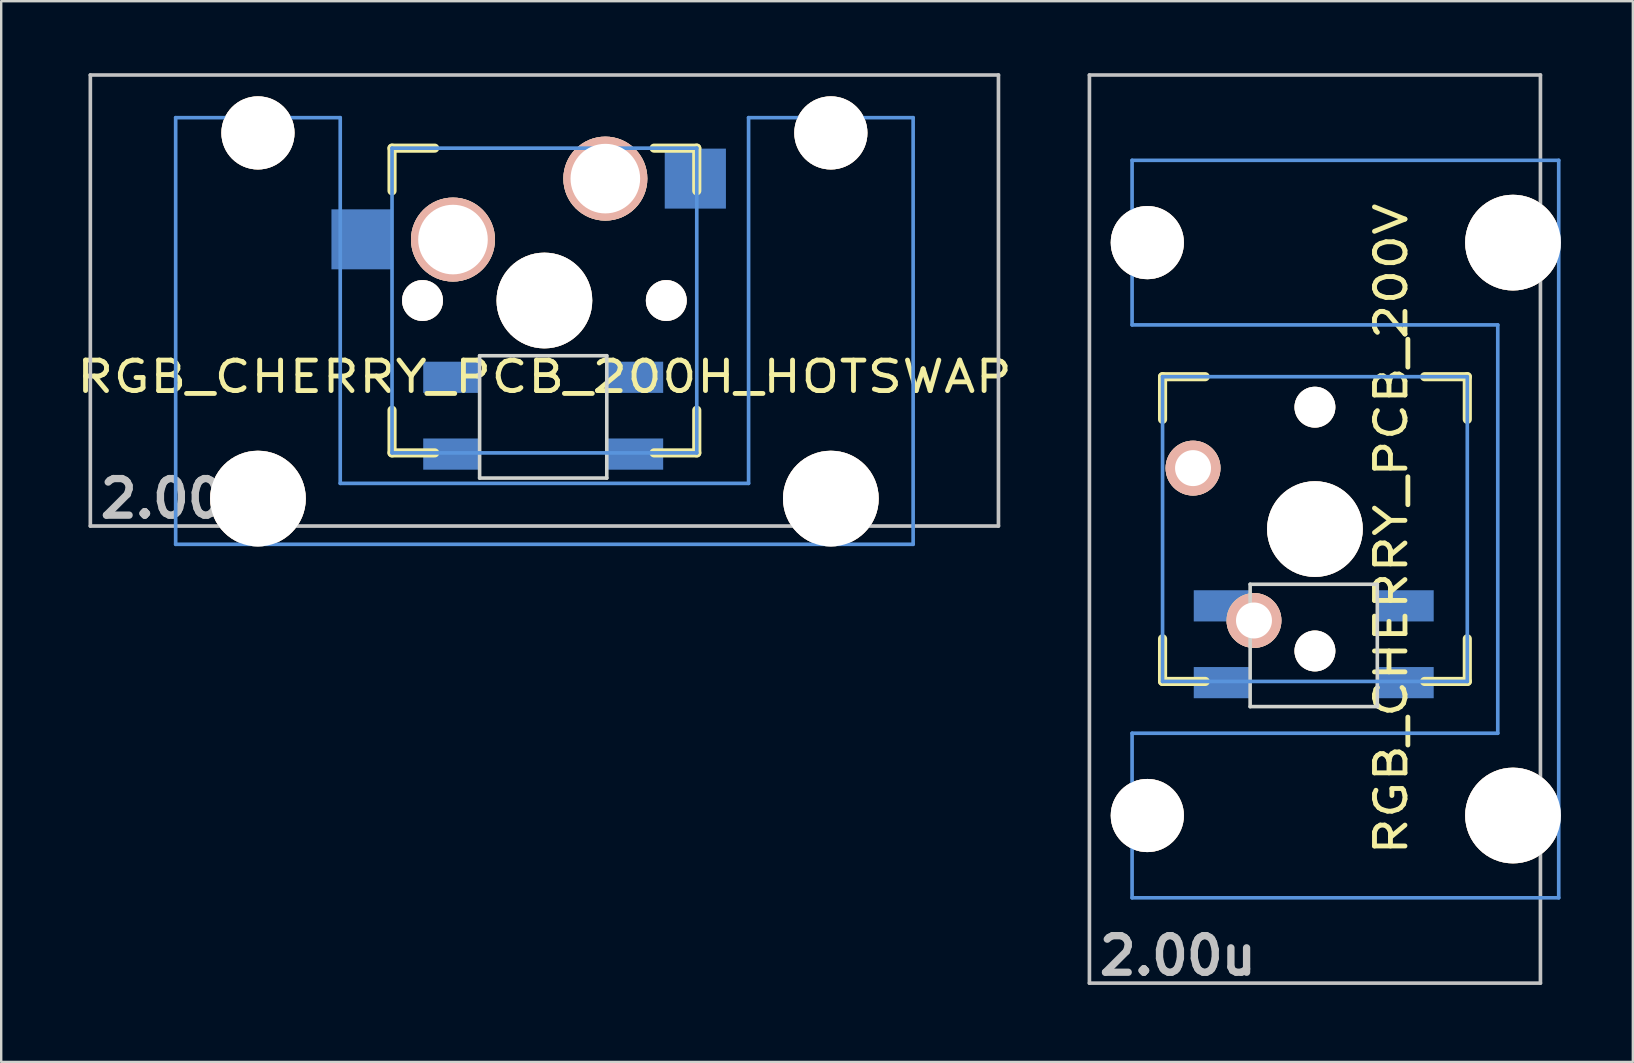
<source format=kicad_pcb>
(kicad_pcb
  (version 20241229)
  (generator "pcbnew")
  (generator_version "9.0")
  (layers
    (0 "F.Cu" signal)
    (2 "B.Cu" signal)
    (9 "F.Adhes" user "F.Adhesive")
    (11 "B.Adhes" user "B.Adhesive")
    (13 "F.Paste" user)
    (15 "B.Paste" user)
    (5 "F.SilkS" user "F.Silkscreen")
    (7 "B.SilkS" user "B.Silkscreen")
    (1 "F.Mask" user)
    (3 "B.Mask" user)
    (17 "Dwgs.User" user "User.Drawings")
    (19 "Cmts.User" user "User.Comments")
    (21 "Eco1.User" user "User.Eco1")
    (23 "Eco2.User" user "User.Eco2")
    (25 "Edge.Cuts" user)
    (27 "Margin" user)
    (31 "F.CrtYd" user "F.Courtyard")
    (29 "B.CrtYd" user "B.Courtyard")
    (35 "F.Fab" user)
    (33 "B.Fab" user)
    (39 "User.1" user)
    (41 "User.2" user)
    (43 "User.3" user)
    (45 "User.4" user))
  (footprint "RGB_CHERRY_PCB_200V"
    (layer "F.Cu")
    (at 51.75 18.999)
    (property "Reference" "RGB_CHERRY_PCB_200V" (at 3.175 0 90) (layer "F.SilkS") (effects (font (size 1.27 1.524) (thickness 0.203))))
    (attr through_hole)
    (fp_line (start -6.35 -6.35) (end -4.572 -6.35) (stroke (width 0.381) (type solid)) (layer "F.SilkS"))
    (fp_line (start -6.35 -4.572) (end -6.35 -6.35) (stroke (width 0.381) (type solid)) (layer "F.SilkS"))
    (fp_line (start -6.35 6.35) (end -6.35 4.572) (stroke (width 0.381) (type solid)) (layer "F.SilkS"))
    (fp_line (start -4.572 6.35) (end -6.35 6.35) (stroke (width 0.381) (type solid)) (layer "F.SilkS"))
    (fp_line (start 4.572 -6.35) (end 6.35 -6.35) (stroke (width 0.381) (type solid)) (layer "F.SilkS"))
    (fp_line (start 6.35 -6.35) (end 6.35 -4.572) (stroke (width 0.381) (type solid)) (layer "F.SilkS"))
    (fp_line (start 6.35 4.572) (end 6.35 6.35) (stroke (width 0.381) (type solid)) (layer "F.SilkS"))
    (fp_line (start 6.35 6.35) (end 4.572 6.35) (stroke (width 0.381) (type solid)) (layer "F.SilkS"))
    (fp_line (start -9.398 -18.923) (end 9.398 -18.923) (stroke (width 0.152) (type solid)) (layer "Dwgs.User"))
    (fp_line (start -9.398 18.923) (end -9.398 -18.923) (stroke (width 0.152) (type solid)) (layer "Dwgs.User"))
    (fp_line (start 9.398 -18.923) (end 9.398 18.923) (stroke (width 0.152) (type solid)) (layer "Dwgs.User"))
    (fp_line (start 9.398 18.923) (end -9.398 18.923) (stroke (width 0.152) (type solid)) (layer "Dwgs.User"))
    (fp_line (start -7.62 -15.367) (end -7.62 -8.509) (stroke (width 0.152) (type solid)) (layer "Cmts.User"))
    (fp_line (start -7.62 -8.509) (end 7.62 -8.509) (stroke (width 0.152) (type solid)) (layer "Cmts.User"))
    (fp_line (start -7.62 8.509) (end -7.62 15.367) (stroke (width 0.152) (type solid)) (layer "Cmts.User"))
    (fp_line (start -7.62 15.367) (end 10.16 15.367) (stroke (width 0.152) (type solid)) (layer "Cmts.User"))
    (fp_line (start -6.35 -6.35) (end 6.35 -6.35) (stroke (width 0.152) (type solid)) (layer "Cmts.User"))
    (fp_line (start -6.35 6.35) (end -6.35 -6.35) (stroke (width 0.152) (type solid)) (layer "Cmts.User"))
    (fp_line (start 6.35 -6.35) (end 6.35 6.35) (stroke (width 0.152) (type solid)) (layer "Cmts.User"))
    (fp_line (start 6.35 6.35) (end -6.35 6.35) (stroke (width 0.152) (type solid)) (layer "Cmts.User"))
    (fp_line (start 7.62 -8.509) (end 7.62 8.509) (stroke (width 0.152) (type solid)) (layer "Cmts.User"))
    (fp_line (start 7.62 8.509) (end -7.62 8.509) (stroke (width 0.152) (type solid)) (layer "Cmts.User"))
    (fp_line (start 10.16 -15.367) (end -7.62 -15.367) (stroke (width 0.152) (type solid)) (layer "Cmts.User"))
    (fp_line (start 10.16 15.367) (end 10.16 -15.367) (stroke (width 0.152) (type solid)) (layer "Cmts.User"))
    (fp_line (start -6.985 -6.985) (end -4.877 -6.985) (stroke (width 0.152) (type solid)) (layer "Eco2.User"))
    (fp_line (start -6.985 6.985) (end -6.985 -6.985) (stroke (width 0.152) (type solid)) (layer "Eco2.User"))
    (fp_line (start -5.69 -15.265) (end -2.286 -15.265) (stroke (width 0.152) (type solid)) (layer "Eco2.User"))
    (fp_line (start -5.69 -8.611) (end -5.69 -15.265) (stroke (width 0.152) (type solid)) (layer "Eco2.User"))
    (fp_line (start -5.69 8.611) (end -4.877 8.611) (stroke (width 0.152) (type solid)) (layer "Eco2.User"))
    (fp_line (start -5.69 15.265) (end -5.69 8.611) (stroke (width 0.152) (type solid)) (layer "Eco2.User"))
    (fp_line (start -4.877 -8.611) (end -5.69 -8.611) (stroke (width 0.152) (type solid)) (layer "Eco2.User"))
    (fp_line (start -4.877 -6.985) (end -4.877 -8.611) (stroke (width 0.152) (type solid)) (layer "Eco2.User"))
    (fp_line (start -4.877 6.985) (end -6.985 6.985) (stroke (width 0.152) (type solid)) (layer "Eco2.User"))
    (fp_line (start -4.877 8.611) (end -4.877 6.985) (stroke (width 0.152) (type solid)) (layer "Eco2.User"))
    (fp_line (start -2.286 -16.129) (end 0.508 -16.129) (stroke (width 0.152) (type solid)) (layer "Eco2.User"))
    (fp_line (start -2.286 -15.265) (end -2.286 -16.129) (stroke (width 0.152) (type solid)) (layer "Eco2.User"))
    (fp_line (start -2.286 15.265) (end -5.69 15.265) (stroke (width 0.152) (type solid)) (layer "Eco2.User"))
    (fp_line (start -2.286 16.129) (end -2.286 15.265) (stroke (width 0.152) (type solid)) (layer "Eco2.User"))
    (fp_line (start 0.508 -16.129) (end 0.508 -15.265) (stroke (width 0.152) (type solid)) (layer "Eco2.User"))
    (fp_line (start 0.508 -15.265) (end 6.604 -15.265) (stroke (width 0.152) (type solid)) (layer "Eco2.User"))
    (fp_line (start 0.508 15.265) (end 0.508 16.129) (stroke (width 0.152) (type solid)) (layer "Eco2.User"))
    (fp_line (start 0.508 16.129) (end -2.286 16.129) (stroke (width 0.152) (type solid)) (layer "Eco2.User"))
    (fp_line (start 5.817 -8.611) (end 5.817 -6.985) (stroke (width 0.152) (type solid)) (layer "Eco2.User"))
    (fp_line (start 5.817 -6.985) (end 6.985 -6.985) (stroke (width 0.152) (type solid)) (layer "Eco2.User"))
    (fp_line (start 5.817 6.985) (end 5.817 8.611) (stroke (width 0.152) (type solid)) (layer "Eco2.User"))
    (fp_line (start 5.817 8.611) (end 6.604 8.611) (stroke (width 0.152) (type solid)) (layer "Eco2.User"))
    (fp_line (start 6.604 -15.265) (end 6.604 -14.224) (stroke (width 0.152) (type solid)) (layer "Eco2.User"))
    (fp_line (start 6.604 -14.224) (end 7.772 -14.224) (stroke (width 0.152) (type solid)) (layer "Eco2.User"))
    (fp_line (start 6.604 -9.652) (end 6.604 -8.611) (stroke (width 0.152) (type solid)) (layer "Eco2.User"))
    (fp_line (start 6.604 -8.611) (end 5.817 -8.611) (stroke (width 0.152) (type solid)) (layer "Eco2.User"))
    (fp_line (start 6.604 8.611) (end 6.604 9.652) (stroke (width 0.152) (type solid)) (layer "Eco2.User"))
    (fp_line (start 6.604 9.652) (end 7.772 9.652) (stroke (width 0.152) (type solid)) (layer "Eco2.User"))
    (fp_line (start 6.604 14.224) (end 6.604 15.265) (stroke (width 0.152) (type solid)) (layer "Eco2.User"))
    (fp_line (start 6.604 15.265) (end 0.508 15.265) (stroke (width 0.152) (type solid)) (layer "Eco2.User"))
    (fp_line (start 6.985 -6.985) (end 6.985 6.985) (stroke (width 0.152) (type solid)) (layer "Eco2.User"))
    (fp_line (start 6.985 6.985) (end 5.817 6.985) (stroke (width 0.152) (type solid)) (layer "Eco2.User"))
    (fp_line (start 7.772 -14.224) (end 7.772 -9.652) (stroke (width 0.152) (type solid)) (layer "Eco2.User"))
    (fp_line (start 7.772 -9.652) (end 6.604 -9.652) (stroke (width 0.152) (type solid)) (layer "Eco2.User"))
    (fp_line (start 7.772 9.652) (end 7.772 14.224) (stroke (width 0.152) (type solid)) (layer "Eco2.User"))
    (fp_line (start 7.772 14.224) (end 6.604 14.224) (stroke (width 0.152) (type solid)) (layer "Eco2.User"))
    (fp_line (start -2.7 2.3) (end -2.7 7.4) (stroke (width 0.15) (type solid)) (layer "Edge.Cuts"))
    (fp_line (start -2.7 2.3) (end 2.6 2.3) (stroke (width 0.15) (type solid)) (layer "Edge.Cuts"))
    (fp_line (start 2.6 2.3) (end 2.6 7.4) (stroke (width 0.15) (type solid)) (layer "Edge.Cuts"))
    (fp_line (start 2.6 7.4) (end -2.7 7.4) (stroke (width 0.15) (type solid)) (layer "Edge.Cuts"))
    (fp_text user "2.00u" (at -5.715 17.78 0) (layer "Dwgs.User") (effects (font (size 1.524 1.524) (thickness 0.305))))
    (pad "" np_thru_hole circle (at -6.985 -11.938 90) (size 3.048 3.048) (drill 3.048) (layers "*.Cu" "*.SilkS" "*.Mask"))
    (pad "" np_thru_hole circle (at -6.985 11.938 90) (size 3.048 3.048) (drill 3.048) (layers "*.Cu" "*.SilkS" "*.Mask"))
    (pad "" np_thru_hole circle (at 0 -5.08 90) (size 1.702 1.702) (drill 1.702) (layers "*.Cu" "*.SilkS" "*.Mask"))
    (pad "" np_thru_hole circle (at 0 0 90) (size 3.988 3.988) (drill 3.988) (layers "*.Cu" "*.SilkS" "*.Mask"))
    (pad "" np_thru_hole circle (at 0 5.08 90) (size 1.702 1.702) (drill 1.702) (layers "*.Cu" "*.SilkS" "*.Mask"))
    (pad "" np_thru_hole circle (at 8.255 -11.938 90) (size 3.988 3.988) (drill 3.988) (layers "*.Cu" "*.SilkS" "*.Mask"))
    (pad "" np_thru_hole circle (at 8.255 11.938 90) (size 3.988 3.988) (drill 3.988) (layers "*.Cu" "*.SilkS" "*.Mask"))
    (pad "1" thru_hole circle (at -5.08 -2.54 90) (size 2.286 2.286) (drill 1.499) (layers "*.Cu" "*.SilkS" "*.Mask"))
    (pad "2" thru_hole circle (at -2.54 3.81 90) (size 2.286 2.286) (drill 1.499) (layers "*.Cu" "*.SilkS" "*.Mask"))
    (pad "3" smd rect (at -2.8 3.2) (size 2.3 1.3) (drill (offset -1.1 0)) (layers "B.Cu" "B.Mask" "B.Paste"))
    (pad "4" smd rect (at -2.8 6.4) (size 2.3 1.3) (drill (offset -1.1 0)) (layers "B.Cu" "B.Mask" "B.Paste"))
    (pad "5" smd rect (at 2.7 6.4) (size 2.3 1.3) (drill (offset 1.1 0)) (layers "B.Cu" "B.Mask" "B.Paste"))
    (pad "6" smd rect (at 2.7 3.2) (size 2.3 1.3) (drill (offset 1.1 0)) (layers "B.Cu" "B.Mask" "B.Paste")))
  (footprint "RGB_CHERRY_PCB_200H_HOTSWAP"
    (layer "F.Cu")
    (at 19.638 9.474)
    (property "Reference" "RGB_CHERRY_PCB_200H_HOTSWAP" (at 0 3.175 0) (layer "F.SilkS") (effects (font (size 1.27 1.524) (thickness 0.203))))
    (attr through_hole)
    (fp_line (start -6.35 -6.35) (end -4.572 -6.35) (stroke (width 0.381) (type solid)) (layer "F.SilkS"))
    (fp_line (start -6.35 -4.572) (end -6.35 -6.35) (stroke (width 0.381) (type solid)) (layer "F.SilkS"))
    (fp_line (start -6.35 6.35) (end -6.35 4.572) (stroke (width 0.381) (type solid)) (layer "F.SilkS"))
    (fp_line (start -4.572 6.35) (end -6.35 6.35) (stroke (width 0.381) (type solid)) (layer "F.SilkS"))
    (fp_line (start 4.572 -6.35) (end 6.35 -6.35) (stroke (width 0.381) (type solid)) (layer "F.SilkS"))
    (fp_line (start 6.35 -6.35) (end 6.35 -4.572) (stroke (width 0.381) (type solid)) (layer "F.SilkS"))
    (fp_line (start 6.35 4.572) (end 6.35 6.35) (stroke (width 0.381) (type solid)) (layer "F.SilkS"))
    (fp_line (start 6.35 6.35) (end 4.572 6.35) (stroke (width 0.381) (type solid)) (layer "F.SilkS"))
    (fp_line (start -18.923 -9.398) (end 18.923 -9.398) (stroke (width 0.152) (type solid)) (layer "Dwgs.User"))
    (fp_line (start -18.923 9.398) (end -18.923 -9.398) (stroke (width 0.152) (type solid)) (layer "Dwgs.User"))
    (fp_line (start 18.923 -9.398) (end 18.923 9.398) (stroke (width 0.152) (type solid)) (layer "Dwgs.User"))
    (fp_line (start 18.923 9.398) (end -18.923 9.398) (stroke (width 0.152) (type solid)) (layer "Dwgs.User"))
    (fp_line (start -15.367 -7.62) (end -15.367 10.16) (stroke (width 0.152) (type solid)) (layer "Cmts.User"))
    (fp_line (start -15.367 10.16) (end 15.367 10.16) (stroke (width 0.152) (type solid)) (layer "Cmts.User"))
    (fp_line (start -8.509 -7.62) (end -15.367 -7.62) (stroke (width 0.152) (type solid)) (layer "Cmts.User"))
    (fp_line (start -8.509 7.62) (end -8.509 -7.62) (stroke (width 0.152) (type solid)) (layer "Cmts.User"))
    (fp_line (start -6.35 -6.35) (end 6.35 -6.35) (stroke (width 0.152) (type solid)) (layer "Cmts.User"))
    (fp_line (start -6.35 6.35) (end -6.35 -6.35) (stroke (width 0.152) (type solid)) (layer "Cmts.User"))
    (fp_line (start 6.35 -6.35) (end 6.35 6.35) (stroke (width 0.152) (type solid)) (layer "Cmts.User"))
    (fp_line (start 6.35 6.35) (end -6.35 6.35) (stroke (width 0.152) (type solid)) (layer "Cmts.User"))
    (fp_line (start 8.509 -7.62) (end 8.509 7.62) (stroke (width 0.152) (type solid)) (layer "Cmts.User"))
    (fp_line (start 8.509 7.62) (end -8.509 7.62) (stroke (width 0.152) (type solid)) (layer "Cmts.User"))
    (fp_line (start 15.367 -7.62) (end 8.509 -7.62) (stroke (width 0.152) (type solid)) (layer "Cmts.User"))
    (fp_line (start 15.367 10.16) (end 15.367 -7.62) (stroke (width 0.152) (type solid)) (layer "Cmts.User"))
    (fp_line (start -16.129 -2.286) (end -15.265 -2.286) (stroke (width 0.152) (type solid)) (layer "Eco2.User"))
    (fp_line (start -16.129 0.508) (end -16.129 -2.286) (stroke (width 0.152) (type solid)) (layer "Eco2.User"))
    (fp_line (start -15.265 -5.69) (end -8.611 -5.69) (stroke (width 0.152) (type solid)) (layer "Eco2.User"))
    (fp_line (start -15.265 -2.286) (end -15.265 -5.69) (stroke (width 0.152) (type solid)) (layer "Eco2.User"))
    (fp_line (start -15.265 0.508) (end -16.129 0.508) (stroke (width 0.152) (type solid)) (layer "Eco2.User"))
    (fp_line (start -15.265 6.604) (end -15.265 0.508) (stroke (width 0.152) (type solid)) (layer "Eco2.User"))
    (fp_line (start -14.224 6.604) (end -15.265 6.604) (stroke (width 0.152) (type solid)) (layer "Eco2.User"))
    (fp_line (start -14.224 7.772) (end -14.224 6.604) (stroke (width 0.152) (type solid)) (layer "Eco2.User"))
    (fp_line (start -9.652 6.604) (end -9.652 7.772) (stroke (width 0.152) (type solid)) (layer "Eco2.User"))
    (fp_line (start -9.652 7.772) (end -14.224 7.772) (stroke (width 0.152) (type solid)) (layer "Eco2.User"))
    (fp_line (start -8.611 -5.69) (end -8.611 -4.877) (stroke (width 0.152) (type solid)) (layer "Eco2.User"))
    (fp_line (start -8.611 -4.877) (end -6.985 -4.877) (stroke (width 0.152) (type solid)) (layer "Eco2.User"))
    (fp_line (start -8.611 5.817) (end -8.611 6.604) (stroke (width 0.152) (type solid)) (layer "Eco2.User"))
    (fp_line (start -8.611 6.604) (end -9.652 6.604) (stroke (width 0.152) (type solid)) (layer "Eco2.User"))
    (fp_line (start -6.985 -6.985) (end 6.985 -6.985) (stroke (width 0.152) (type solid)) (layer "Eco2.User"))
    (fp_line (start -6.985 -4.877) (end -6.985 -6.985) (stroke (width 0.152) (type solid)) (layer "Eco2.User"))
    (fp_line (start -6.985 5.817) (end -8.611 5.817) (stroke (width 0.152) (type solid)) (layer "Eco2.User"))
    (fp_line (start -6.985 6.985) (end -6.985 5.817) (stroke (width 0.152) (type solid)) (layer "Eco2.User"))
    (fp_line (start 6.985 -6.985) (end 6.985 -4.877) (stroke (width 0.152) (type solid)) (layer "Eco2.User"))
    (fp_line (start 6.985 -4.877) (end 8.611 -4.877) (stroke (width 0.152) (type solid)) (layer "Eco2.User"))
    (fp_line (start 6.985 5.817) (end 6.985 6.985) (stroke (width 0.152) (type solid)) (layer "Eco2.User"))
    (fp_line (start 6.985 6.985) (end -6.985 6.985) (stroke (width 0.152) (type solid)) (layer "Eco2.User"))
    (fp_line (start 8.611 -5.69) (end 15.265 -5.69) (stroke (width 0.152) (type solid)) (layer "Eco2.User"))
    (fp_line (start 8.611 -4.877) (end 8.611 -5.69) (stroke (width 0.152) (type solid)) (layer "Eco2.User"))
    (fp_line (start 8.611 5.817) (end 6.985 5.817) (stroke (width 0.152) (type solid)) (layer "Eco2.User"))
    (fp_line (start 8.611 6.604) (end 8.611 5.817) (stroke (width 0.152) (type solid)) (layer "Eco2.User"))
    (fp_line (start 9.652 6.604) (end 8.611 6.604) (stroke (width 0.152) (type solid)) (layer "Eco2.User"))
    (fp_line (start 9.652 7.772) (end 9.652 6.604) (stroke (width 0.152) (type solid)) (layer "Eco2.User"))
    (fp_line (start 14.224 6.604) (end 14.224 7.772) (stroke (width 0.152) (type solid)) (layer "Eco2.User"))
    (fp_line (start 14.224 7.772) (end 9.652 7.772) (stroke (width 0.152) (type solid)) (layer "Eco2.User"))
    (fp_line (start 15.265 -5.69) (end 15.265 -2.286) (stroke (width 0.152) (type solid)) (layer "Eco2.User"))
    (fp_line (start 15.265 -2.286) (end 16.129 -2.286) (stroke (width 0.152) (type solid)) (layer "Eco2.User"))
    (fp_line (start 15.265 0.508) (end 15.265 6.604) (stroke (width 0.152) (type solid)) (layer "Eco2.User"))
    (fp_line (start 15.265 6.604) (end 14.224 6.604) (stroke (width 0.152) (type solid)) (layer "Eco2.User"))
    (fp_line (start 16.129 -2.286) (end 16.129 0.508) (stroke (width 0.152) (type solid)) (layer "Eco2.User"))
    (fp_line (start 16.129 0.508) (end 15.265 0.508) (stroke (width 0.152) (type solid)) (layer "Eco2.User"))
    (fp_line (start -2.7 2.3) (end -2.7 7.4) (stroke (width 0.15) (type solid)) (layer "Edge.Cuts"))
    (fp_line (start -2.7 2.3) (end 2.6 2.3) (stroke (width 0.15) (type solid)) (layer "Edge.Cuts"))
    (fp_line (start 2.6 2.3) (end 2.6 7.4) (stroke (width 0.15) (type solid)) (layer "Edge.Cuts"))
    (fp_line (start 2.6 7.4) (end -2.7 7.4) (stroke (width 0.15) (type solid)) (layer "Edge.Cuts"))
    (fp_text user "2.00u" (at -15.24 8.255 0) (layer "Dwgs.User") (effects (font (size 1.524 1.524) (thickness 0.305))))
    (pad "" np_thru_hole circle (at -11.938 -6.985) (size 3.048 3.048) (drill 3.048) (layers "*.Cu" "*.SilkS" "*.Mask"))
    (pad "" np_thru_hole circle (at -11.938 8.255) (size 3.988 3.988) (drill 3.988) (layers "*.Cu" "*.SilkS" "*.Mask"))
    (pad "" np_thru_hole circle (at -5.08 0) (size 1.702 1.702) (drill 1.702) (layers "*.Cu" "*.SilkS" "*.Mask"))
    (pad "" np_thru_hole circle (at 0 0) (size 3.988 3.988) (drill 3.988) (layers "*.Cu" "*.SilkS" "*.Mask"))
    (pad "" np_thru_hole circle (at 5.08 0) (size 1.702 1.702) (drill 1.702) (layers "*.Cu" "*.SilkS" "*.Mask"))
    (pad "" np_thru_hole circle (at 11.938 -6.985) (size 3.048 3.048) (drill 3.048) (layers "*.Cu" "*.SilkS" "*.Mask"))
    (pad "" np_thru_hole circle (at 11.938 8.255) (size 3.988 3.988) (drill 3.988) (layers "*.Cu" "*.SilkS" "*.Mask"))
    (pad "1" thru_hole circle (at 2.54 -5.08) (size 3.5 3.5) (drill 2.9) (layers "*.Cu" "*.SilkS" "*.Mask"))
    (pad "1" smd rect (at 6.29 -5.08) (size 2.55 2.5) (layers "B.Cu" "B.Mask" "B.Paste"))
    (pad "2" smd rect (at -7.6 -2.55) (size 2.55 2.5) (layers "B.Cu" "B.Mask" "B.Paste"))
    (pad "2" thru_hole circle (at -3.81 -2.54) (size 3.5 3.5) (drill 2.9) (layers "*.Cu" "*.SilkS" "*.Mask"))
    (pad "3" smd rect (at -2.8 3.2) (size 2.3 1.3) (drill (offset -1.1 0)) (layers "B.Cu" "B.Mask" "B.Paste"))
    (pad "4" smd rect (at -2.8 6.4) (size 2.3 1.3) (drill (offset -1.1 0)) (layers "B.Cu" "B.Mask" "B.Paste"))
    (pad "5" smd rect (at 2.7 6.4) (size 2.3 1.3) (drill (offset 1.1 0)) (layers "B.Cu" "B.Mask" "B.Paste"))
    (pad "6" smd rect (at 2.7 3.2) (size 2.3 1.3) (drill (offset 1.1 0)) (layers "B.Cu" "B.Mask" "B.Paste")))
  (gr_rect
    (start -3 -3)
    (end 64.999 41.206)
    (stroke (width 0.1) (type default))
    (fill no)
    (layer "Edge.Cuts")))
</source>
